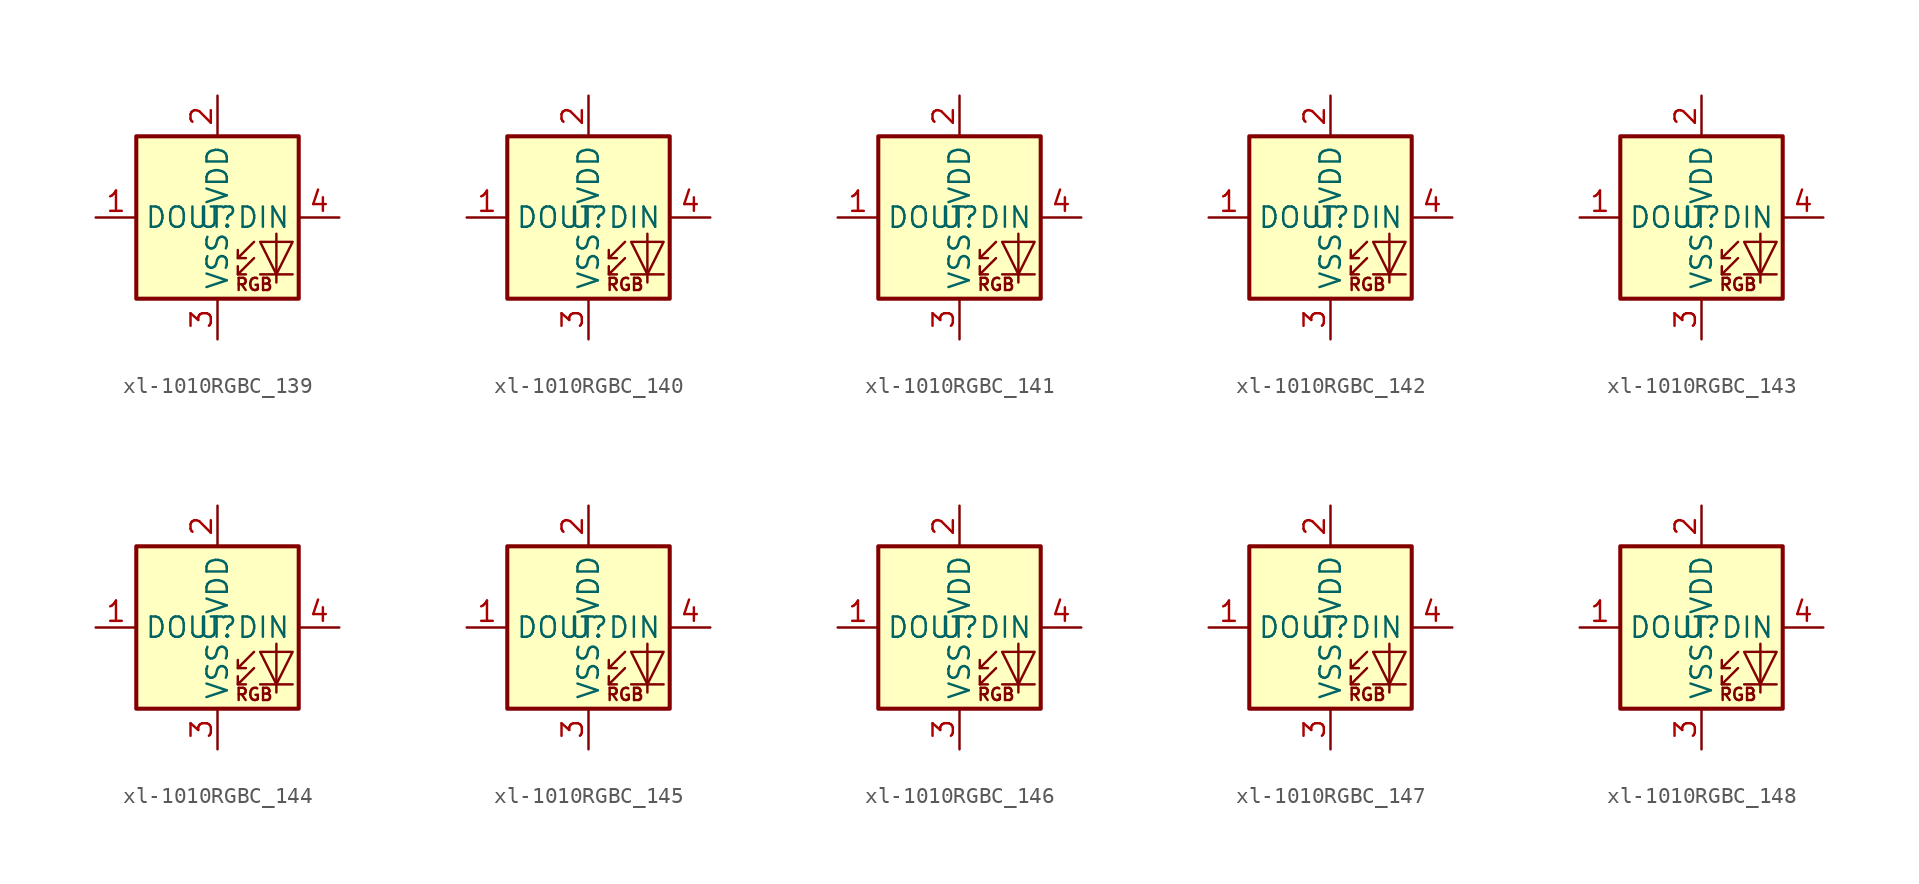
<source format=kicad_sym>
(kicad_symbol_lib
  (version 20231120)
  (generator "kicad_symbol_editor")
  (generator_version "8.0")
  (symbol "xl-1010RGBC_139"
    (property "Reference" "U"
      (at 0 0 0)
      (effects (font (size 1.27 1.27))))
    (property "Value" ""
      (at 0 0 0)
      (effects (font (size 1.27 1.27))))
    (symbol "xl-1010RGBC_139_0_0"
      (text "RGB" (at 2.286 -4.191 0) (effects (font (size 0.762 0.762)))))
    (symbol "xl-1010RGBC_139_0_1"
      (polyline (pts (xy 1.27 -3.556) (xy 1.778 -3.556)) (stroke (width 0) (type default)) (fill (type none)))
      (polyline (pts (xy 1.27 -2.54) (xy 1.778 -2.54)) (stroke (width 0) (type default)) (fill (type none)))
      (polyline (pts (xy 4.699 -3.556) (xy 2.667 -3.556)) (stroke (width 0) (type default)) (fill (type none)))
      (polyline (pts (xy 2.286 -2.54) (xy 1.27 -3.556) (xy 1.27 -3.048)) (stroke (width 0) (type default)) (fill (type none)))
      (polyline (pts (xy 2.286 -1.524) (xy 1.27 -2.54) (xy 1.27 -2.032)) (stroke (width 0) (type default)) (fill (type none)))
      (polyline (pts (xy 3.683 -1.016) (xy 3.683 -3.556) (xy 3.683 -4.064)) (stroke (width 0) (type default)) (fill (type none)))
      (polyline (pts (xy 4.699 -1.524) (xy 2.667 -1.524) (xy 3.683 -3.556) (xy 4.699 -1.524)) (stroke (width 0) (type default)) (fill (type none)))
      (rectangle (start 5.08 5.08) (end -5.08 -5.08) (stroke (width 0.254) (type default)) (fill (type background))))
    (symbol "xl-1010RGBC_139_1_1"
      (pin output line (at -7.62 0 0) (length 2.54) (name "DOUT" (effects (font (size 1.27 1.27)))) (number "1" (effects (font (size 1.27 1.27)))))
      (pin power_in line (at 0 7.62 270) (length 2.54) (name "VDD" (effects (font (size 1.27 1.27)))) (number "2" (effects (font (size 1.27 1.27)))))
      (pin power_in line (at 0 -7.62 90) (length 2.54) (name "VSS" (effects (font (size 1.27 1.27)))) (number "3" (effects (font (size 1.27 1.27)))))
      (pin input line (at 7.62 0 180) (length 2.54) (name "DIN" (effects (font (size 1.27 1.27)))) (number "4" (effects (font (size 1.27 1.27)))))))
  (symbol "xl-1010RGBC_140"
    (property "Reference" "U"
      (at 0 0 0)
      (effects (font (size 1.27 1.27))))
    (property "Value" ""
      (at 0 0 0)
      (effects (font (size 1.27 1.27))))
    (symbol "xl-1010RGBC_140_0_0"
      (text "RGB" (at 2.286 -4.191 0) (effects (font (size 0.762 0.762)))))
    (symbol "xl-1010RGBC_140_0_1"
      (polyline (pts (xy 1.27 -3.556) (xy 1.778 -3.556)) (stroke (width 0) (type default)) (fill (type none)))
      (polyline (pts (xy 1.27 -2.54) (xy 1.778 -2.54)) (stroke (width 0) (type default)) (fill (type none)))
      (polyline (pts (xy 4.699 -3.556) (xy 2.667 -3.556)) (stroke (width 0) (type default)) (fill (type none)))
      (polyline (pts (xy 2.286 -2.54) (xy 1.27 -3.556) (xy 1.27 -3.048)) (stroke (width 0) (type default)) (fill (type none)))
      (polyline (pts (xy 2.286 -1.524) (xy 1.27 -2.54) (xy 1.27 -2.032)) (stroke (width 0) (type default)) (fill (type none)))
      (polyline (pts (xy 3.683 -1.016) (xy 3.683 -3.556) (xy 3.683 -4.064)) (stroke (width 0) (type default)) (fill (type none)))
      (polyline (pts (xy 4.699 -1.524) (xy 2.667 -1.524) (xy 3.683 -3.556) (xy 4.699 -1.524)) (stroke (width 0) (type default)) (fill (type none)))
      (rectangle (start 5.08 5.08) (end -5.08 -5.08) (stroke (width 0.254) (type default)) (fill (type background))))
    (symbol "xl-1010RGBC_140_1_1"
      (pin output line (at -7.62 0 0) (length 2.54) (name "DOUT" (effects (font (size 1.27 1.27)))) (number "1" (effects (font (size 1.27 1.27)))))
      (pin power_in line (at 0 7.62 270) (length 2.54) (name "VDD" (effects (font (size 1.27 1.27)))) (number "2" (effects (font (size 1.27 1.27)))))
      (pin power_in line (at 0 -7.62 90) (length 2.54) (name "VSS" (effects (font (size 1.27 1.27)))) (number "3" (effects (font (size 1.27 1.27)))))
      (pin input line (at 7.62 0 180) (length 2.54) (name "DIN" (effects (font (size 1.27 1.27)))) (number "4" (effects (font (size 1.27 1.27)))))))
  (symbol "xl-1010RGBC_141"
    (property "Reference" "U"
      (at 0 0 0)
      (effects (font (size 1.27 1.27))))
    (property "Value" ""
      (at 0 0 0)
      (effects (font (size 1.27 1.27))))
    (symbol "xl-1010RGBC_141_0_0"
      (text "RGB" (at 2.286 -4.191 0) (effects (font (size 0.762 0.762)))))
    (symbol "xl-1010RGBC_141_0_1"
      (polyline (pts (xy 1.27 -3.556) (xy 1.778 -3.556)) (stroke (width 0) (type default)) (fill (type none)))
      (polyline (pts (xy 1.27 -2.54) (xy 1.778 -2.54)) (stroke (width 0) (type default)) (fill (type none)))
      (polyline (pts (xy 4.699 -3.556) (xy 2.667 -3.556)) (stroke (width 0) (type default)) (fill (type none)))
      (polyline (pts (xy 2.286 -2.54) (xy 1.27 -3.556) (xy 1.27 -3.048)) (stroke (width 0) (type default)) (fill (type none)))
      (polyline (pts (xy 2.286 -1.524) (xy 1.27 -2.54) (xy 1.27 -2.032)) (stroke (width 0) (type default)) (fill (type none)))
      (polyline (pts (xy 3.683 -1.016) (xy 3.683 -3.556) (xy 3.683 -4.064)) (stroke (width 0) (type default)) (fill (type none)))
      (polyline (pts (xy 4.699 -1.524) (xy 2.667 -1.524) (xy 3.683 -3.556) (xy 4.699 -1.524)) (stroke (width 0) (type default)) (fill (type none)))
      (rectangle (start 5.08 5.08) (end -5.08 -5.08) (stroke (width 0.254) (type default)) (fill (type background))))
    (symbol "xl-1010RGBC_141_1_1"
      (pin output line (at -7.62 0 0) (length 2.54) (name "DOUT" (effects (font (size 1.27 1.27)))) (number "1" (effects (font (size 1.27 1.27)))))
      (pin power_in line (at 0 7.62 270) (length 2.54) (name "VDD" (effects (font (size 1.27 1.27)))) (number "2" (effects (font (size 1.27 1.27)))))
      (pin power_in line (at 0 -7.62 90) (length 2.54) (name "VSS" (effects (font (size 1.27 1.27)))) (number "3" (effects (font (size 1.27 1.27)))))
      (pin input line (at 7.62 0 180) (length 2.54) (name "DIN" (effects (font (size 1.27 1.27)))) (number "4" (effects (font (size 1.27 1.27)))))))
  (symbol "xl-1010RGBC_142"
    (property "Reference" "U"
      (at 0 0 0)
      (effects (font (size 1.27 1.27))))
    (property "Value" ""
      (at 0 0 0)
      (effects (font (size 1.27 1.27))))
    (symbol "xl-1010RGBC_142_0_0"
      (text "RGB" (at 2.286 -4.191 0) (effects (font (size 0.762 0.762)))))
    (symbol "xl-1010RGBC_142_0_1"
      (polyline (pts (xy 1.27 -3.556) (xy 1.778 -3.556)) (stroke (width 0) (type default)) (fill (type none)))
      (polyline (pts (xy 1.27 -2.54) (xy 1.778 -2.54)) (stroke (width 0) (type default)) (fill (type none)))
      (polyline (pts (xy 4.699 -3.556) (xy 2.667 -3.556)) (stroke (width 0) (type default)) (fill (type none)))
      (polyline (pts (xy 2.286 -2.54) (xy 1.27 -3.556) (xy 1.27 -3.048)) (stroke (width 0) (type default)) (fill (type none)))
      (polyline (pts (xy 2.286 -1.524) (xy 1.27 -2.54) (xy 1.27 -2.032)) (stroke (width 0) (type default)) (fill (type none)))
      (polyline (pts (xy 3.683 -1.016) (xy 3.683 -3.556) (xy 3.683 -4.064)) (stroke (width 0) (type default)) (fill (type none)))
      (polyline (pts (xy 4.699 -1.524) (xy 2.667 -1.524) (xy 3.683 -3.556) (xy 4.699 -1.524)) (stroke (width 0) (type default)) (fill (type none)))
      (rectangle (start 5.08 5.08) (end -5.08 -5.08) (stroke (width 0.254) (type default)) (fill (type background))))
    (symbol "xl-1010RGBC_142_1_1"
      (pin output line (at -7.62 0 0) (length 2.54) (name "DOUT" (effects (font (size 1.27 1.27)))) (number "1" (effects (font (size 1.27 1.27)))))
      (pin power_in line (at 0 7.62 270) (length 2.54) (name "VDD" (effects (font (size 1.27 1.27)))) (number "2" (effects (font (size 1.27 1.27)))))
      (pin power_in line (at 0 -7.62 90) (length 2.54) (name "VSS" (effects (font (size 1.27 1.27)))) (number "3" (effects (font (size 1.27 1.27)))))
      (pin input line (at 7.62 0 180) (length 2.54) (name "DIN" (effects (font (size 1.27 1.27)))) (number "4" (effects (font (size 1.27 1.27)))))))
  (symbol "xl-1010RGBC_143"
    (property "Reference" "U"
      (at 0 0 0)
      (effects (font (size 1.27 1.27))))
    (property "Value" ""
      (at 0 0 0)
      (effects (font (size 1.27 1.27))))
    (symbol "xl-1010RGBC_143_0_0"
      (text "RGB" (at 2.286 -4.191 0) (effects (font (size 0.762 0.762)))))
    (symbol "xl-1010RGBC_143_0_1"
      (polyline (pts (xy 1.27 -3.556) (xy 1.778 -3.556)) (stroke (width 0) (type default)) (fill (type none)))
      (polyline (pts (xy 1.27 -2.54) (xy 1.778 -2.54)) (stroke (width 0) (type default)) (fill (type none)))
      (polyline (pts (xy 4.699 -3.556) (xy 2.667 -3.556)) (stroke (width 0) (type default)) (fill (type none)))
      (polyline (pts (xy 2.286 -2.54) (xy 1.27 -3.556) (xy 1.27 -3.048)) (stroke (width 0) (type default)) (fill (type none)))
      (polyline (pts (xy 2.286 -1.524) (xy 1.27 -2.54) (xy 1.27 -2.032)) (stroke (width 0) (type default)) (fill (type none)))
      (polyline (pts (xy 3.683 -1.016) (xy 3.683 -3.556) (xy 3.683 -4.064)) (stroke (width 0) (type default)) (fill (type none)))
      (polyline (pts (xy 4.699 -1.524) (xy 2.667 -1.524) (xy 3.683 -3.556) (xy 4.699 -1.524)) (stroke (width 0) (type default)) (fill (type none)))
      (rectangle (start 5.08 5.08) (end -5.08 -5.08) (stroke (width 0.254) (type default)) (fill (type background))))
    (symbol "xl-1010RGBC_143_1_1"
      (pin output line (at -7.62 0 0) (length 2.54) (name "DOUT" (effects (font (size 1.27 1.27)))) (number "1" (effects (font (size 1.27 1.27)))))
      (pin power_in line (at 0 7.62 270) (length 2.54) (name "VDD" (effects (font (size 1.27 1.27)))) (number "2" (effects (font (size 1.27 1.27)))))
      (pin power_in line (at 0 -7.62 90) (length 2.54) (name "VSS" (effects (font (size 1.27 1.27)))) (number "3" (effects (font (size 1.27 1.27)))))
      (pin input line (at 7.62 0 180) (length 2.54) (name "DIN" (effects (font (size 1.27 1.27)))) (number "4" (effects (font (size 1.27 1.27)))))))
  (symbol "xl-1010RGBC_144"
    (property "Reference" "U"
      (at 0 0 0)
      (effects (font (size 1.27 1.27))))
    (property "Value" ""
      (at 0 0 0)
      (effects (font (size 1.27 1.27))))
    (symbol "xl-1010RGBC_144_0_0"
      (text "RGB" (at 2.286 -4.191 0) (effects (font (size 0.762 0.762)))))
    (symbol "xl-1010RGBC_144_0_1"
      (polyline (pts (xy 1.27 -3.556) (xy 1.778 -3.556)) (stroke (width 0) (type default)) (fill (type none)))
      (polyline (pts (xy 1.27 -2.54) (xy 1.778 -2.54)) (stroke (width 0) (type default)) (fill (type none)))
      (polyline (pts (xy 4.699 -3.556) (xy 2.667 -3.556)) (stroke (width 0) (type default)) (fill (type none)))
      (polyline (pts (xy 2.286 -2.54) (xy 1.27 -3.556) (xy 1.27 -3.048)) (stroke (width 0) (type default)) (fill (type none)))
      (polyline (pts (xy 2.286 -1.524) (xy 1.27 -2.54) (xy 1.27 -2.032)) (stroke (width 0) (type default)) (fill (type none)))
      (polyline (pts (xy 3.683 -1.016) (xy 3.683 -3.556) (xy 3.683 -4.064)) (stroke (width 0) (type default)) (fill (type none)))
      (polyline (pts (xy 4.699 -1.524) (xy 2.667 -1.524) (xy 3.683 -3.556) (xy 4.699 -1.524)) (stroke (width 0) (type default)) (fill (type none)))
      (rectangle (start 5.08 5.08) (end -5.08 -5.08) (stroke (width 0.254) (type default)) (fill (type background))))
    (symbol "xl-1010RGBC_144_1_1"
      (pin output line (at -7.62 0 0) (length 2.54) (name "DOUT" (effects (font (size 1.27 1.27)))) (number "1" (effects (font (size 1.27 1.27)))))
      (pin power_in line (at 0 7.62 270) (length 2.54) (name "VDD" (effects (font (size 1.27 1.27)))) (number "2" (effects (font (size 1.27 1.27)))))
      (pin power_in line (at 0 -7.62 90) (length 2.54) (name "VSS" (effects (font (size 1.27 1.27)))) (number "3" (effects (font (size 1.27 1.27)))))
      (pin input line (at 7.62 0 180) (length 2.54) (name "DIN" (effects (font (size 1.27 1.27)))) (number "4" (effects (font (size 1.27 1.27)))))))
  (symbol "xl-1010RGBC_145"
    (property "Reference" "U"
      (at 0 0 0)
      (effects (font (size 1.27 1.27))))
    (property "Value" ""
      (at 0 0 0)
      (effects (font (size 1.27 1.27))))
    (symbol "xl-1010RGBC_145_0_0"
      (text "RGB" (at 2.286 -4.191 0) (effects (font (size 0.762 0.762)))))
    (symbol "xl-1010RGBC_145_0_1"
      (polyline (pts (xy 1.27 -3.556) (xy 1.778 -3.556)) (stroke (width 0) (type default)) (fill (type none)))
      (polyline (pts (xy 1.27 -2.54) (xy 1.778 -2.54)) (stroke (width 0) (type default)) (fill (type none)))
      (polyline (pts (xy 4.699 -3.556) (xy 2.667 -3.556)) (stroke (width 0) (type default)) (fill (type none)))
      (polyline (pts (xy 2.286 -2.54) (xy 1.27 -3.556) (xy 1.27 -3.048)) (stroke (width 0) (type default)) (fill (type none)))
      (polyline (pts (xy 2.286 -1.524) (xy 1.27 -2.54) (xy 1.27 -2.032)) (stroke (width 0) (type default)) (fill (type none)))
      (polyline (pts (xy 3.683 -1.016) (xy 3.683 -3.556) (xy 3.683 -4.064)) (stroke (width 0) (type default)) (fill (type none)))
      (polyline (pts (xy 4.699 -1.524) (xy 2.667 -1.524) (xy 3.683 -3.556) (xy 4.699 -1.524)) (stroke (width 0) (type default)) (fill (type none)))
      (rectangle (start 5.08 5.08) (end -5.08 -5.08) (stroke (width 0.254) (type default)) (fill (type background))))
    (symbol "xl-1010RGBC_145_1_1"
      (pin output line (at -7.62 0 0) (length 2.54) (name "DOUT" (effects (font (size 1.27 1.27)))) (number "1" (effects (font (size 1.27 1.27)))))
      (pin power_in line (at 0 7.62 270) (length 2.54) (name "VDD" (effects (font (size 1.27 1.27)))) (number "2" (effects (font (size 1.27 1.27)))))
      (pin power_in line (at 0 -7.62 90) (length 2.54) (name "VSS" (effects (font (size 1.27 1.27)))) (number "3" (effects (font (size 1.27 1.27)))))
      (pin input line (at 7.62 0 180) (length 2.54) (name "DIN" (effects (font (size 1.27 1.27)))) (number "4" (effects (font (size 1.27 1.27)))))))
  (symbol "xl-1010RGBC_146"
    (property "Reference" "U"
      (at 0 0 0)
      (effects (font (size 1.27 1.27))))
    (property "Value" ""
      (at 0 0 0)
      (effects (font (size 1.27 1.27))))
    (symbol "xl-1010RGBC_146_0_0"
      (text "RGB" (at 2.286 -4.191 0) (effects (font (size 0.762 0.762)))))
    (symbol "xl-1010RGBC_146_0_1"
      (polyline (pts (xy 1.27 -3.556) (xy 1.778 -3.556)) (stroke (width 0) (type default)) (fill (type none)))
      (polyline (pts (xy 1.27 -2.54) (xy 1.778 -2.54)) (stroke (width 0) (type default)) (fill (type none)))
      (polyline (pts (xy 4.699 -3.556) (xy 2.667 -3.556)) (stroke (width 0) (type default)) (fill (type none)))
      (polyline (pts (xy 2.286 -2.54) (xy 1.27 -3.556) (xy 1.27 -3.048)) (stroke (width 0) (type default)) (fill (type none)))
      (polyline (pts (xy 2.286 -1.524) (xy 1.27 -2.54) (xy 1.27 -2.032)) (stroke (width 0) (type default)) (fill (type none)))
      (polyline (pts (xy 3.683 -1.016) (xy 3.683 -3.556) (xy 3.683 -4.064)) (stroke (width 0) (type default)) (fill (type none)))
      (polyline (pts (xy 4.699 -1.524) (xy 2.667 -1.524) (xy 3.683 -3.556) (xy 4.699 -1.524)) (stroke (width 0) (type default)) (fill (type none)))
      (rectangle (start 5.08 5.08) (end -5.08 -5.08) (stroke (width 0.254) (type default)) (fill (type background))))
    (symbol "xl-1010RGBC_146_1_1"
      (pin output line (at -7.62 0 0) (length 2.54) (name "DOUT" (effects (font (size 1.27 1.27)))) (number "1" (effects (font (size 1.27 1.27)))))
      (pin power_in line (at 0 7.62 270) (length 2.54) (name "VDD" (effects (font (size 1.27 1.27)))) (number "2" (effects (font (size 1.27 1.27)))))
      (pin power_in line (at 0 -7.62 90) (length 2.54) (name "VSS" (effects (font (size 1.27 1.27)))) (number "3" (effects (font (size 1.27 1.27)))))
      (pin input line (at 7.62 0 180) (length 2.54) (name "DIN" (effects (font (size 1.27 1.27)))) (number "4" (effects (font (size 1.27 1.27)))))))
  (symbol "xl-1010RGBC_147"
    (property "Reference" "U"
      (at 0 0 0)
      (effects (font (size 1.27 1.27))))
    (property "Value" ""
      (at 0 0 0)
      (effects (font (size 1.27 1.27))))
    (symbol "xl-1010RGBC_147_0_0"
      (text "RGB" (at 2.286 -4.191 0) (effects (font (size 0.762 0.762)))))
    (symbol "xl-1010RGBC_147_0_1"
      (polyline (pts (xy 1.27 -3.556) (xy 1.778 -3.556)) (stroke (width 0) (type default)) (fill (type none)))
      (polyline (pts (xy 1.27 -2.54) (xy 1.778 -2.54)) (stroke (width 0) (type default)) (fill (type none)))
      (polyline (pts (xy 4.699 -3.556) (xy 2.667 -3.556)) (stroke (width 0) (type default)) (fill (type none)))
      (polyline (pts (xy 2.286 -2.54) (xy 1.27 -3.556) (xy 1.27 -3.048)) (stroke (width 0) (type default)) (fill (type none)))
      (polyline (pts (xy 2.286 -1.524) (xy 1.27 -2.54) (xy 1.27 -2.032)) (stroke (width 0) (type default)) (fill (type none)))
      (polyline (pts (xy 3.683 -1.016) (xy 3.683 -3.556) (xy 3.683 -4.064)) (stroke (width 0) (type default)) (fill (type none)))
      (polyline (pts (xy 4.699 -1.524) (xy 2.667 -1.524) (xy 3.683 -3.556) (xy 4.699 -1.524)) (stroke (width 0) (type default)) (fill (type none)))
      (rectangle (start 5.08 5.08) (end -5.08 -5.08) (stroke (width 0.254) (type default)) (fill (type background))))
    (symbol "xl-1010RGBC_147_1_1"
      (pin output line (at -7.62 0 0) (length 2.54) (name "DOUT" (effects (font (size 1.27 1.27)))) (number "1" (effects (font (size 1.27 1.27)))))
      (pin power_in line (at 0 7.62 270) (length 2.54) (name "VDD" (effects (font (size 1.27 1.27)))) (number "2" (effects (font (size 1.27 1.27)))))
      (pin power_in line (at 0 -7.62 90) (length 2.54) (name "VSS" (effects (font (size 1.27 1.27)))) (number "3" (effects (font (size 1.27 1.27)))))
      (pin input line (at 7.62 0 180) (length 2.54) (name "DIN" (effects (font (size 1.27 1.27)))) (number "4" (effects (font (size 1.27 1.27)))))))
  (symbol "xl-1010RGBC_148"
    (property "Reference" "U"
      (at 0 0 0)
      (effects (font (size 1.27 1.27))))
    (property "Value" ""
      (at 0 0 0)
      (effects (font (size 1.27 1.27))))
    (symbol "xl-1010RGBC_148_0_0"
      (text "RGB" (at 2.286 -4.191 0) (effects (font (size 0.762 0.762)))))
    (symbol "xl-1010RGBC_148_0_1"
      (polyline (pts (xy 1.27 -3.556) (xy 1.778 -3.556)) (stroke (width 0) (type default)) (fill (type none)))
      (polyline (pts (xy 1.27 -2.54) (xy 1.778 -2.54)) (stroke (width 0) (type default)) (fill (type none)))
      (polyline (pts (xy 4.699 -3.556) (xy 2.667 -3.556)) (stroke (width 0) (type default)) (fill (type none)))
      (polyline (pts (xy 2.286 -2.54) (xy 1.27 -3.556) (xy 1.27 -3.048)) (stroke (width 0) (type default)) (fill (type none)))
      (polyline (pts (xy 2.286 -1.524) (xy 1.27 -2.54) (xy 1.27 -2.032)) (stroke (width 0) (type default)) (fill (type none)))
      (polyline (pts (xy 3.683 -1.016) (xy 3.683 -3.556) (xy 3.683 -4.064)) (stroke (width 0) (type default)) (fill (type none)))
      (polyline (pts (xy 4.699 -1.524) (xy 2.667 -1.524) (xy 3.683 -3.556) (xy 4.699 -1.524)) (stroke (width 0) (type default)) (fill (type none)))
      (rectangle (start 5.08 5.08) (end -5.08 -5.08) (stroke (width 0.254) (type default)) (fill (type background))))
    (symbol "xl-1010RGBC_148_1_1"
      (pin output line (at -7.62 0 0) (length 2.54) (name "DOUT" (effects (font (size 1.27 1.27)))) (number "1" (effects (font (size 1.27 1.27)))))
      (pin power_in line (at 0 7.62 270) (length 2.54) (name "VDD" (effects (font (size 1.27 1.27)))) (number "2" (effects (font (size 1.27 1.27)))))
      (pin power_in line (at 0 -7.62 90) (length 2.54) (name "VSS" (effects (font (size 1.27 1.27)))) (number "3" (effects (font (size 1.27 1.27)))))
      (pin input line (at 7.62 0 180) (length 2.54) (name "DIN" (effects (font (size 1.27 1.27)))) (number "4" (effects (font (size 1.27 1.27))))))))
</source>
